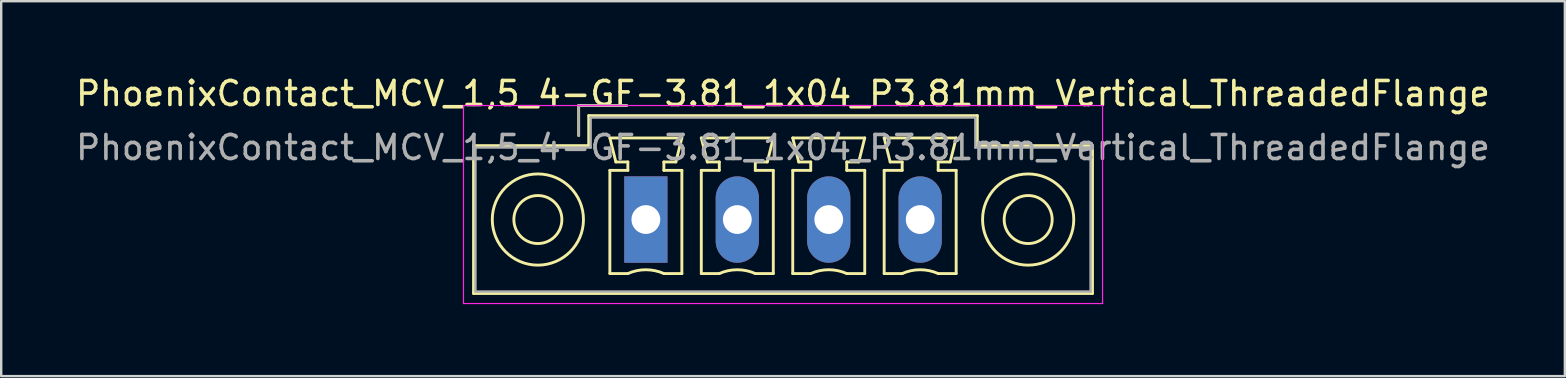
<source format=kicad_pcb>
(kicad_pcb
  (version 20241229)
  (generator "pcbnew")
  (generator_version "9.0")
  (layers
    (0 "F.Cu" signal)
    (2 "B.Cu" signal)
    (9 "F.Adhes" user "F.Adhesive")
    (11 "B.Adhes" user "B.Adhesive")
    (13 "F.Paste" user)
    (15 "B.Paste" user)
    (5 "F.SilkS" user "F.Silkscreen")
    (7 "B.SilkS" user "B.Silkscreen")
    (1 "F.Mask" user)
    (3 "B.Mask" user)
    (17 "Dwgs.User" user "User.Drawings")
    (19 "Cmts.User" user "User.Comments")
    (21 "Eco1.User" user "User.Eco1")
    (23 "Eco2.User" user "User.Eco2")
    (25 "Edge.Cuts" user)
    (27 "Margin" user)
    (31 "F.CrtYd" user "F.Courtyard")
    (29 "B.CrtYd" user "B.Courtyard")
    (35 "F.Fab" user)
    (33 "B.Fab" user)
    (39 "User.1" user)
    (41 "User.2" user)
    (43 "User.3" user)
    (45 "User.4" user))
  (footprint "PhoenixContact_MCV_1,5_4-GF-3.81_1x04_P3.81mm_Vertical_ThreadedFlange"
    (layer "F.Cu")
    (at 23.862 6.098)
    (property "Reference" "PhoenixContact_MCV_1,5_4-GF-3.81_1x04_P3.81mm_Vertical_ThreadedFlange" (at 5.715 -5.25 0) (layer "F.SilkS") (effects (font (size 1 1) (thickness 0.15))))
    (attr through_hole)
    (fp_line (start -7.18 -3.08) (end -7.18 3.08) (stroke (width 0.12) (type solid)) (layer "F.SilkS"))
    (fp_line (start -7.18 3.08) (end 18.61 3.08) (stroke (width 0.12) (type solid)) (layer "F.SilkS"))
    (fp_line (start -2.8 -4.75) (end -0.8 -4.75) (stroke (width 0.12) (type solid)) (layer "F.SilkS"))
    (fp_line (start -2.8 -3.5) (end -2.8 -4.75) (stroke (width 0.12) (type solid)) (layer "F.SilkS"))
    (fp_line (start -2.38 -4.33) (end -2.38 -3.08) (stroke (width 0.12) (type solid)) (layer "F.SilkS"))
    (fp_line (start -2.38 -3.08) (end -7.18 -3.08) (stroke (width 0.12) (type solid)) (layer "F.SilkS"))
    (fp_line (start -1.5 -3.4) (end 1.5 -3.4) (stroke (width 0.12) (type solid)) (layer "F.SilkS"))
    (fp_line (start -1.5 -2.05) (end -0.75 -2.05) (stroke (width 0.12) (type solid)) (layer "F.SilkS"))
    (fp_line (start -1.5 2.25) (end -1.5 -2.05) (stroke (width 0.12) (type solid)) (layer "F.SilkS"))
    (fp_line (start -1.25 -2.4) (end -1.5 -3.4) (stroke (width 0.12) (type solid)) (layer "F.SilkS"))
    (fp_line (start -0.75 -2.4) (end -1.25 -2.4) (stroke (width 0.12) (type solid)) (layer "F.SilkS"))
    (fp_line (start -0.75 -2.05) (end -0.75 -2.4) (stroke (width 0.12) (type solid)) (layer "F.SilkS"))
    (fp_line (start -0.75 2.25) (end -1.5 2.25) (stroke (width 0.12) (type solid)) (layer "F.SilkS"))
    (fp_line (start 0.75 -2.4) (end 0.75 -2.05) (stroke (width 0.12) (type solid)) (layer "F.SilkS"))
    (fp_line (start 0.75 -2.05) (end 1.5 -2.05) (stroke (width 0.12) (type solid)) (layer "F.SilkS"))
    (fp_line (start 1.25 -2.4) (end 0.75 -2.4) (stroke (width 0.12) (type solid)) (layer "F.SilkS"))
    (fp_line (start 1.5 -3.4) (end 1.25 -2.4) (stroke (width 0.12) (type solid)) (layer "F.SilkS"))
    (fp_line (start 1.5 -2.05) (end 1.5 2.25) (stroke (width 0.12) (type solid)) (layer "F.SilkS"))
    (fp_line (start 1.5 2.25) (end 0.75 2.25) (stroke (width 0.12) (type solid)) (layer "F.SilkS"))
    (fp_line (start 2.31 -3.4) (end 5.31 -3.4) (stroke (width 0.12) (type solid)) (layer "F.SilkS"))
    (fp_line (start 2.31 -2.05) (end 3.06 -2.05) (stroke (width 0.12) (type solid)) (layer "F.SilkS"))
    (fp_line (start 2.31 2.25) (end 2.31 -2.05) (stroke (width 0.12) (type solid)) (layer "F.SilkS"))
    (fp_line (start 2.56 -2.4) (end 2.31 -3.4) (stroke (width 0.12) (type solid)) (layer "F.SilkS"))
    (fp_line (start 3.06 -2.4) (end 2.56 -2.4) (stroke (width 0.12) (type solid)) (layer "F.SilkS"))
    (fp_line (start 3.06 -2.05) (end 3.06 -2.4) (stroke (width 0.12) (type solid)) (layer "F.SilkS"))
    (fp_line (start 3.06 2.25) (end 2.31 2.25) (stroke (width 0.12) (type solid)) (layer "F.SilkS"))
    (fp_line (start 4.56 -2.4) (end 4.56 -2.05) (stroke (width 0.12) (type solid)) (layer "F.SilkS"))
    (fp_line (start 4.56 -2.05) (end 5.31 -2.05) (stroke (width 0.12) (type solid)) (layer "F.SilkS"))
    (fp_line (start 5.06 -2.4) (end 4.56 -2.4) (stroke (width 0.12) (type solid)) (layer "F.SilkS"))
    (fp_line (start 5.31 -3.4) (end 5.06 -2.4) (stroke (width 0.12) (type solid)) (layer "F.SilkS"))
    (fp_line (start 5.31 -2.05) (end 5.31 2.25) (stroke (width 0.12) (type solid)) (layer "F.SilkS"))
    (fp_line (start 5.31 2.25) (end 4.56 2.25) (stroke (width 0.12) (type solid)) (layer "F.SilkS"))
    (fp_line (start 6.12 -3.4) (end 9.12 -3.4) (stroke (width 0.12) (type solid)) (layer "F.SilkS"))
    (fp_line (start 6.12 -2.05) (end 6.87 -2.05) (stroke (width 0.12) (type solid)) (layer "F.SilkS"))
    (fp_line (start 6.12 2.25) (end 6.12 -2.05) (stroke (width 0.12) (type solid)) (layer "F.SilkS"))
    (fp_line (start 6.37 -2.4) (end 6.12 -3.4) (stroke (width 0.12) (type solid)) (layer "F.SilkS"))
    (fp_line (start 6.87 -2.4) (end 6.37 -2.4) (stroke (width 0.12) (type solid)) (layer "F.SilkS"))
    (fp_line (start 6.87 -2.05) (end 6.87 -2.4) (stroke (width 0.12) (type solid)) (layer "F.SilkS"))
    (fp_line (start 6.87 2.25) (end 6.12 2.25) (stroke (width 0.12) (type solid)) (layer "F.SilkS"))
    (fp_line (start 8.37 -2.4) (end 8.37 -2.05) (stroke (width 0.12) (type solid)) (layer "F.SilkS"))
    (fp_line (start 8.37 -2.05) (end 9.12 -2.05) (stroke (width 0.12) (type solid)) (layer "F.SilkS"))
    (fp_line (start 8.87 -2.4) (end 8.37 -2.4) (stroke (width 0.12) (type solid)) (layer "F.SilkS"))
    (fp_line (start 9.12 -3.4) (end 8.87 -2.4) (stroke (width 0.12) (type solid)) (layer "F.SilkS"))
    (fp_line (start 9.12 -2.05) (end 9.12 2.25) (stroke (width 0.12) (type solid)) (layer "F.SilkS"))
    (fp_line (start 9.12 2.25) (end 8.37 2.25) (stroke (width 0.12) (type solid)) (layer "F.SilkS"))
    (fp_line (start 9.93 -3.4) (end 12.93 -3.4) (stroke (width 0.12) (type solid)) (layer "F.SilkS"))
    (fp_line (start 9.93 -2.05) (end 10.68 -2.05) (stroke (width 0.12) (type solid)) (layer "F.SilkS"))
    (fp_line (start 9.93 2.25) (end 9.93 -2.05) (stroke (width 0.12) (type solid)) (layer "F.SilkS"))
    (fp_line (start 10.18 -2.4) (end 9.93 -3.4) (stroke (width 0.12) (type solid)) (layer "F.SilkS"))
    (fp_line (start 10.68 -2.4) (end 10.18 -2.4) (stroke (width 0.12) (type solid)) (layer "F.SilkS"))
    (fp_line (start 10.68 -2.05) (end 10.68 -2.4) (stroke (width 0.12) (type solid)) (layer "F.SilkS"))
    (fp_line (start 10.68 2.25) (end 9.93 2.25) (stroke (width 0.12) (type solid)) (layer "F.SilkS"))
    (fp_line (start 12.18 -2.4) (end 12.18 -2.05) (stroke (width 0.12) (type solid)) (layer "F.SilkS"))
    (fp_line (start 12.18 -2.05) (end 12.93 -2.05) (stroke (width 0.12) (type solid)) (layer "F.SilkS"))
    (fp_line (start 12.68 -2.4) (end 12.18 -2.4) (stroke (width 0.12) (type solid)) (layer "F.SilkS"))
    (fp_line (start 12.93 -3.4) (end 12.68 -2.4) (stroke (width 0.12) (type solid)) (layer "F.SilkS"))
    (fp_line (start 12.93 -2.05) (end 12.93 2.25) (stroke (width 0.12) (type solid)) (layer "F.SilkS"))
    (fp_line (start 12.93 2.25) (end 12.18 2.25) (stroke (width 0.12) (type solid)) (layer "F.SilkS"))
    (fp_line (start 13.81 -4.33) (end -2.38 -4.33) (stroke (width 0.12) (type solid)) (layer "F.SilkS"))
    (fp_line (start 13.81 -3.08) (end 13.81 -4.33) (stroke (width 0.12) (type solid)) (layer "F.SilkS"))
    (fp_line (start 18.61 -3.08) (end 13.81 -3.08) (stroke (width 0.12) (type solid)) (layer "F.SilkS"))
    (fp_line (start 18.61 3.08) (end 18.61 -3.08) (stroke (width 0.12) (type solid)) (layer "F.SilkS"))
    (fp_arc (start -0.75 2.25) (mid -0.000193 2.09191) (end 0.749647 2.249844) (stroke (width 0.12) (type solid)) (layer "F.SilkS"))
    (fp_arc (start 3.06 2.25) (mid 3.809807 2.09191) (end 4.559647 2.249844) (stroke (width 0.12) (type solid)) (layer "F.SilkS"))
    (fp_arc (start 6.87 2.25) (mid 7.619807 2.09191) (end 8.369647 2.249844) (stroke (width 0.12) (type solid)) (layer "F.SilkS"))
    (fp_arc (start 10.68 2.25) (mid 11.429807 2.09191) (end 12.179647 2.249844) (stroke (width 0.12) (type solid)) (layer "F.SilkS"))
    (fp_circle (center -4.5 0) (end -3.5 0) (stroke (width 0.12) (type solid)) (fill no) (layer "F.SilkS"))
    (fp_circle (center -4.5 0) (end -2.6 0) (stroke (width 0.12) (type solid)) (fill no) (layer "F.SilkS"))
    (fp_circle (center 15.93 0) (end 16.93 0) (stroke (width 0.12) (type solid)) (fill no) (layer "F.SilkS"))
    (fp_circle (center 15.93 0) (end 17.83 0) (stroke (width 0.12) (type solid)) (fill no) (layer "F.SilkS"))
    (fp_line (start -7.6 -4.75) (end -7.6 3.5) (stroke (width 0.05) (type solid)) (layer "F.CrtYd"))
    (fp_line (start -7.6 3.5) (end 19.03 3.5) (stroke (width 0.05) (type solid)) (layer "F.CrtYd"))
    (fp_line (start 19.03 -4.75) (end -7.6 -4.75) (stroke (width 0.05) (type solid)) (layer "F.CrtYd"))
    (fp_line (start 19.03 3.5) (end 19.03 -4.75) (stroke (width 0.05) (type solid)) (layer "F.CrtYd"))
    (fp_line (start -7.1 -3) (end -7.1 3) (stroke (width 0.1) (type solid)) (layer "F.Fab"))
    (fp_line (start -7.1 3) (end 18.53 3) (stroke (width 0.1) (type solid)) (layer "F.Fab"))
    (fp_line (start -2.8 -4.75) (end -0.8 -4.75) (stroke (width 0.1) (type solid)) (layer "F.Fab"))
    (fp_line (start -2.8 -3.5) (end -2.8 -4.75) (stroke (width 0.1) (type solid)) (layer "F.Fab"))
    (fp_line (start -2.3 -4.25) (end -2.3 -3) (stroke (width 0.1) (type solid)) (layer "F.Fab"))
    (fp_line (start -2.3 -3) (end -7.1 -3) (stroke (width 0.1) (type solid)) (layer "F.Fab"))
    (fp_line (start 13.73 -4.25) (end -2.3 -4.25) (stroke (width 0.1) (type solid)) (layer "F.Fab"))
    (fp_line (start 13.73 -3) (end 13.73 -4.25) (stroke (width 0.1) (type solid)) (layer "F.Fab"))
    (fp_line (start 18.53 -3) (end 13.73 -3) (stroke (width 0.1) (type solid)) (layer "F.Fab"))
    (fp_line (start 18.53 3) (end 18.53 -3) (stroke (width 0.1) (type solid)) (layer "F.Fab"))
    (fp_text user "${REFERENCE}" (at 5.715 -3 0) (layer "F.Fab") (effects (font (size 1 1) (thickness 0.15))))
    (pad "1" thru_hole rect (at 0 0) (size 1.8 3.6) (drill 1.2) (layers "*.Cu" "*.Mask"))
    (pad "2" thru_hole oval (at 3.81 0) (size 1.8 3.6) (drill 1.2) (layers "*.Cu" "*.Mask"))
    (pad "3" thru_hole oval (at 7.62 0) (size 1.8 3.6) (drill 1.2) (layers "*.Cu" "*.Mask"))
    (pad "4" thru_hole oval (at 11.43 0) (size 1.8 3.6) (drill 1.2) (layers "*.Cu" "*.Mask")))
  (gr_rect
    (start -3 -3)
    (end 62.155 12.623)
    (stroke (width 0.1) (type default))
    (fill no)
    (layer "Edge.Cuts")))
</source>
